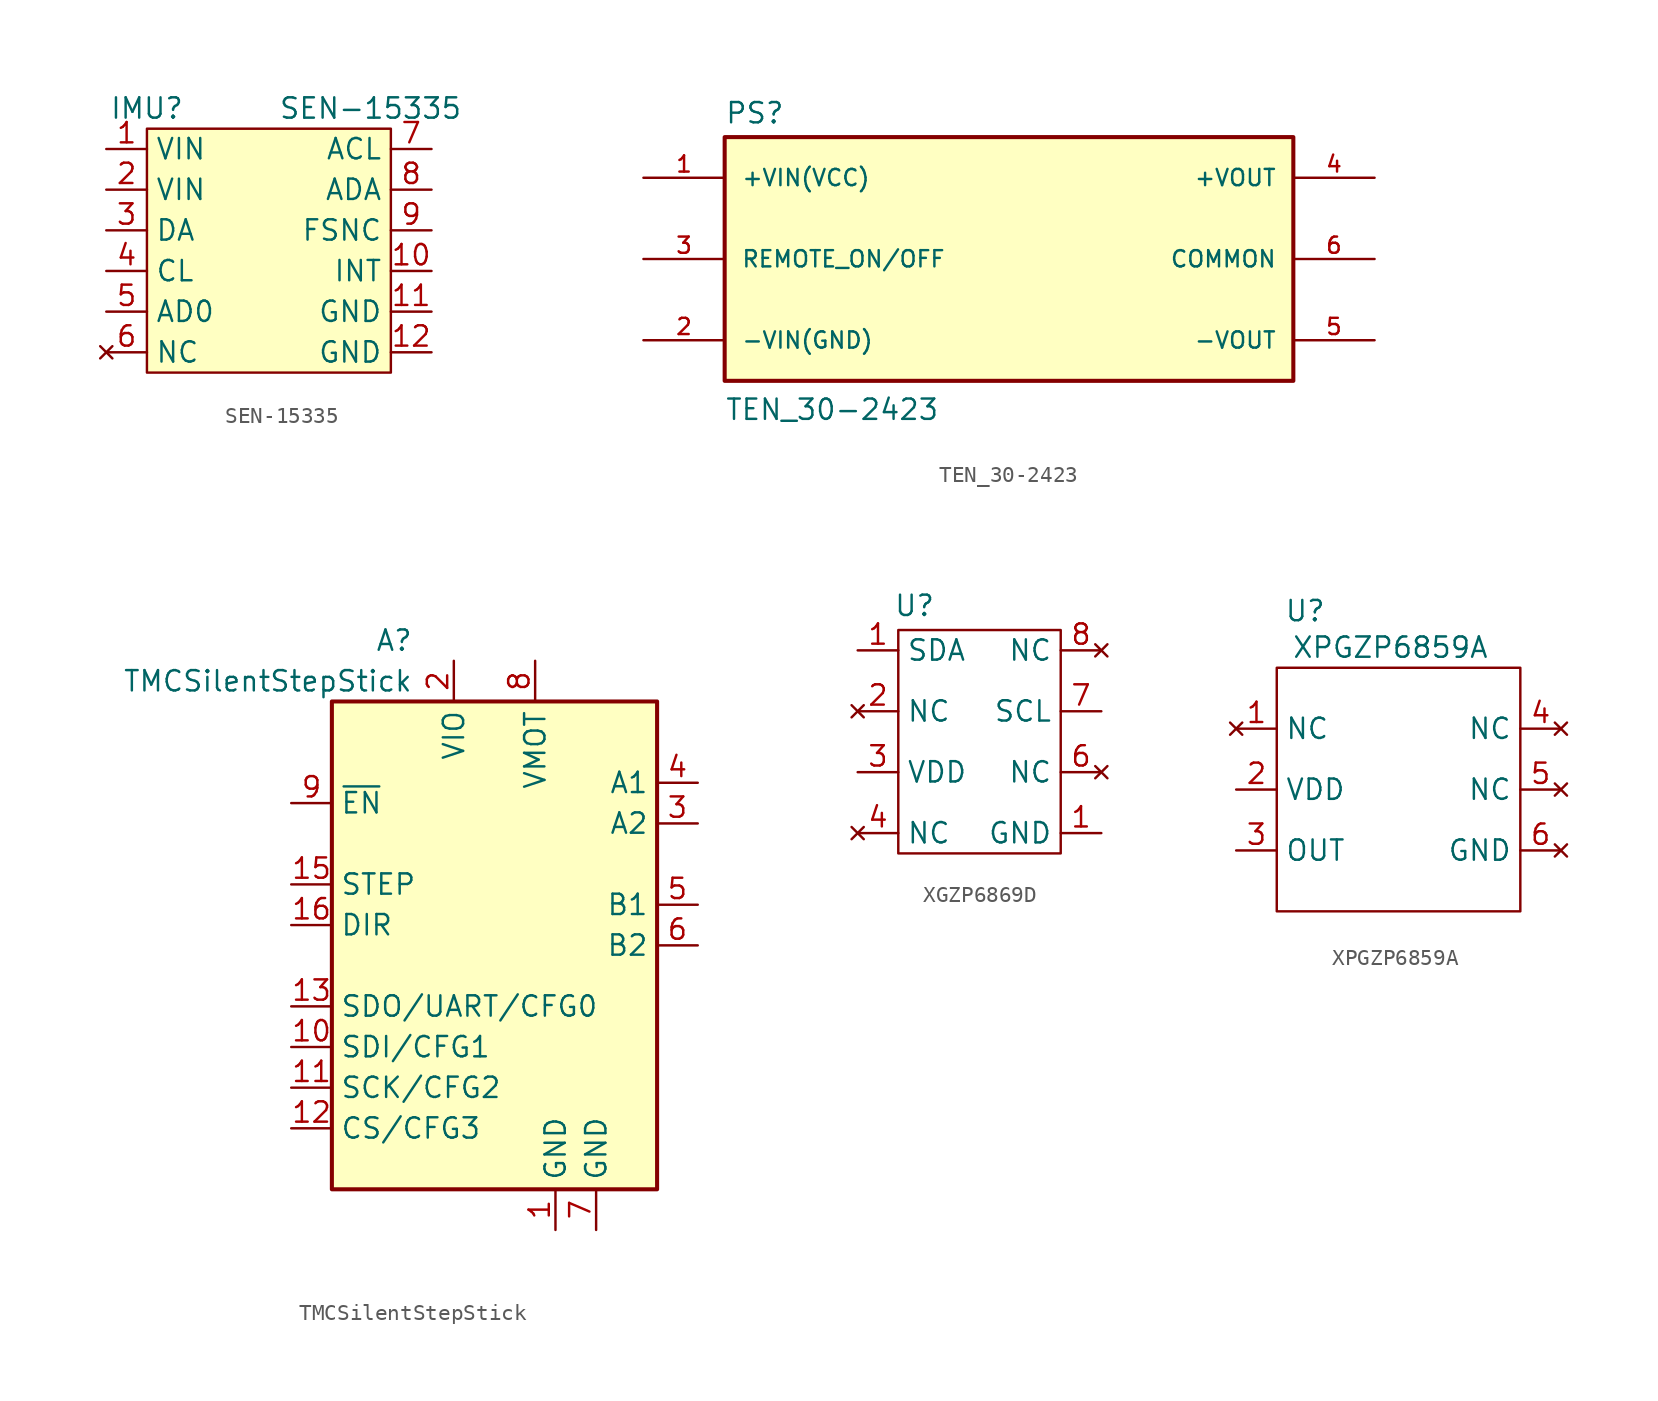
<source format=kicad_sym>
(kicad_symbol_lib
  (version 20231120)
  (generator "kicad_symbol_editor")
  (generator_version "8.0")
  (symbol "SEN-15335"
    (property "Reference" "IMU"
      (at -7.62 8.89 0)
      (effects (font (size 1.27 1.27))))
    (property "Value" "SEN-15335"
      (at 6.35 8.89 0)
      (effects (font (size 1.27 1.27))))
    (symbol "SEN-15335_1_0"
      (pin power_in line (at -10.16 6.35 0) (length 2.54) (name "VIN" (effects (font (size 1.27 1.27)))) (number "1" (effects (font (size 1.27 1.27)))))
      (pin input line (at 10.16 -1.27 180) (length 2.54) (name "INT" (effects (font (size 1.27 1.27)))) (number "10" (effects (font (size 1.27 1.27)))))
      (pin power_in line (at -10.16 3.81 0) (length 2.54) (name "VIN" (effects (font (size 1.27 1.27)))) (number "2" (effects (font (size 1.27 1.27)))))
      (pin input line (at -10.16 1.27 0) (length 2.54) (name "DA" (effects (font (size 1.27 1.27)))) (number "3" (effects (font (size 1.27 1.27)))))
      (pin input line (at -10.16 -1.27 0) (length 2.54) (name "CL" (effects (font (size 1.27 1.27)))) (number "4" (effects (font (size 1.27 1.27)))))
      (pin input line (at -10.16 -3.81 0) (length 2.54) (name "AD0" (effects (font (size 1.27 1.27)))) (number "5" (effects (font (size 1.27 1.27)))))
      (pin input line (at 10.16 6.35 180) (length 2.54) (name "ACL" (effects (font (size 1.27 1.27)))) (number "7" (effects (font (size 1.27 1.27)))))
      (pin input line (at 10.16 3.81 180) (length 2.54) (name "ADA" (effects (font (size 1.27 1.27)))) (number "8" (effects (font (size 1.27 1.27)))))
      (pin input line (at 10.16 1.27 180) (length 2.54) (name "FSNC" (effects (font (size 1.27 1.27)))) (number "9" (effects (font (size 1.27 1.27))))))
    (symbol "SEN-15335_1_1"
      (rectangle (start -7.62 7.62) (end 7.62 -7.62) (stroke (width 0) (type default)) (fill (type background)))
      (pin power_in line (at 10.16 -3.81 180) (length 2.54) (name "GND" (effects (font (size 1.27 1.27)))) (number "11" (effects (font (size 1.27 1.27)))))
      (pin power_in line (at 10.16 -6.35 180) (length 2.54) (name "GND" (effects (font (size 1.27 1.27)))) (number "12" (effects (font (size 1.27 1.27)))))
      (pin no_connect line (at -10.16 -6.35 0) (length 2.54) (name "NC" (effects (font (size 1.27 1.27)))) (number "6" (effects (font (size 1.27 1.27)))))))
  (symbol "TEN_30-2423"
    (pin_names
      (offset 1.016))
    (property "Reference" "PS"
      (at -17.78 8.382 0)
      (effects (font (size 1.27 1.27)) (justify left bottom)))
    (property "Value" "TEN_30-2423"
      (at -17.78 -10.16 0)
      (effects (font (size 1.27 1.27)) (justify left bottom)))
    (symbol "TEN_30-2423_0_0"
      (rectangle (start -17.78 7.62) (end 17.78 -7.62) (stroke (width 0.254) (type default)) (fill (type background)))
      (pin input line (at -22.86 5.08 0) (length 5.08) (name "+VIN(VCC)" (effects (font (size 1.016 1.016)))) (number "1" (effects (font (size 1.016 1.016)))))
      (pin input line (at -22.86 -5.08 0) (length 5.08) (name "-VIN(GND)" (effects (font (size 1.016 1.016)))) (number "2" (effects (font (size 1.016 1.016)))))
      (pin input line (at -22.86 0 0) (length 5.08) (name "REMOTE_ON/OFF" (effects (font (size 1.016 1.016)))) (number "3" (effects (font (size 1.016 1.016)))))
      (pin output line (at 22.86 5.08 180) (length 5.08) (name "+VOUT" (effects (font (size 1.016 1.016)))) (number "4" (effects (font (size 1.016 1.016))))))
    (symbol "TEN_30-2423_1_0"
      (pin output line (at 22.86 -5.08 180) (length 5.08) (name "-VOUT" (effects (font (size 1.016 1.016)))) (number "5" (effects (font (size 1.016 1.016)))))
      (pin output line (at 22.86 0 180) (length 5.08) (name "COMMON" (effects (font (size 1.016 1.016)))) (number "6" (effects (font (size 1.016 1.016)))))))
  (symbol "TMCSilentStepStick"
    (property "Reference" "A"
      (at -2.54 16.51 0)
      (effects (font (size 1.27 1.27)) (justify right)))
    (property "Value" "TMCSilentStepStick"
      (at -2.54 13.97 0)
      (effects (font (size 1.27 1.27)) (justify right)))
    (symbol "TMCSilentStepStick_0_0"
      (text "" (at -6.35 -12.7 0) (effects (font (size 1.27 1.27)))))
    (symbol "TMCSilentStepStick_0_1"
      (rectangle (start -7.62 12.7) (end 12.7 -17.78) (stroke (width 0.254) (type default)) (fill (type background))))
    (symbol "TMCSilentStepStick_1_1"
      (pin power_in line (at 6.35 -20.32 90) (length 2.54) (name "GND" (effects (font (size 1.27 1.27)))) (number "1" (effects (font (size 1.27 1.27)))))
      (pin input line (at -10.16 -8.89 0) (length 2.54) (name "SDI/CFG1" (effects (font (size 1.27 1.27)))) (number "10" (effects (font (size 1.27 1.27)))))
      (pin input line (at -10.16 -11.43 0) (length 2.54) (name "SCK/CFG2" (effects (font (size 1.27 1.27)))) (number "11" (effects (font (size 1.27 1.27)))))
      (pin input line (at -10.16 -13.97 0) (length 2.54) (name "CS/CFG3" (effects (font (size 1.27 1.27)))) (number "12" (effects (font (size 1.27 1.27)))))
      (pin input line (at -10.16 -6.35 0) (length 2.54) (name "SDO/UART/CFG0" (effects (font (size 1.27 1.27)))) (number "13" (effects (font (size 1.27 1.27)))))
      (pin input line (at -10.16 1.27 0) (length 2.54) (name "STEP" (effects (font (size 1.27 1.27)))) (number "15" (effects (font (size 1.27 1.27)))))
      (pin input line (at -10.16 -1.27 0) (length 2.54) (name "DIR" (effects (font (size 1.27 1.27)))) (number "16" (effects (font (size 1.27 1.27)))))
      (pin power_in line (at 0 15.24 270) (length 2.54) (name "VIO" (effects (font (size 1.27 1.27)))) (number "2" (effects (font (size 1.27 1.27)))))
      (pin output line (at 15.24 5.08 180) (length 2.54) (name "A2" (effects (font (size 1.27 1.27)))) (number "3" (effects (font (size 1.27 1.27)))))
      (pin output line (at 15.24 7.62 180) (length 2.54) (name "A1" (effects (font (size 1.27 1.27)))) (number "4" (effects (font (size 1.27 1.27)))))
      (pin output line (at 15.24 0 180) (length 2.54) (name "B1" (effects (font (size 1.27 1.27)))) (number "5" (effects (font (size 1.27 1.27)))))
      (pin output line (at 15.24 -2.54 180) (length 2.54) (name "B2" (effects (font (size 1.27 1.27)))) (number "6" (effects (font (size 1.27 1.27)))))
      (pin power_in line (at 8.89 -20.32 90) (length 2.54) (name "GND" (effects (font (size 1.27 1.27)))) (number "7" (effects (font (size 1.27 1.27)))))
      (pin power_in line (at 5.08 15.24 270) (length 2.54) (name "VMOT" (effects (font (size 1.27 1.27)))) (number "8" (effects (font (size 1.27 1.27)))))
      (pin input line (at -10.16 6.35 0) (length 2.54) (name "~{EN}" (effects (font (size 1.27 1.27)))) (number "9" (effects (font (size 1.27 1.27)))))))
  (symbol "XGZP6869D"
    (property "Reference" "U"
      (at -4.064 9.144 0)
      (effects (font (size 1.27 1.27))))
    (property "Value" ""
      (at 0 0 0)
      (effects (font (size 1.27 1.27))))
    (symbol "XGZP6869D_0_1"
      (rectangle (start -5.08 7.62) (end 5.08 -6.35) (stroke (width 0) (type default)) (fill (type none))))
    (symbol "XGZP6869D_1_1"
      (pin input line (at 7.62 -5.08 180) (length 2.54) (name "GND" (effects (font (size 1.27 1.27)))) (number "1" (effects (font (size 1.27 1.27)))))
      (pin input line (at -7.62 6.35 0) (length 2.54) (name "SDA" (effects (font (size 1.27 1.27)))) (number "1" (effects (font (size 1.27 1.27)))))
      (pin no_connect line (at -7.62 2.54 0) (length 2.54) (name "NC" (effects (font (size 1.27 1.27)))) (number "2" (effects (font (size 1.27 1.27)))))
      (pin input line (at -7.62 -1.27 0) (length 2.54) (name "VDD" (effects (font (size 1.27 1.27)))) (number "3" (effects (font (size 1.27 1.27)))))
      (pin no_connect line (at -7.62 -5.08 0) (length 2.54) (name "NC" (effects (font (size 1.27 1.27)))) (number "4" (effects (font (size 1.27 1.27)))))
      (pin no_connect line (at 7.62 -1.27 180) (length 2.54) (name "NC" (effects (font (size 1.27 1.27)))) (number "6" (effects (font (size 1.27 1.27)))))
      (pin input line (at 7.62 2.54 180) (length 2.54) (name "SCL" (effects (font (size 1.27 1.27)))) (number "7" (effects (font (size 1.27 1.27)))))
      (pin no_connect line (at 7.62 6.35 180) (length 2.54) (name "NC" (effects (font (size 1.27 1.27)))) (number "8" (effects (font (size 1.27 1.27)))))))
  (symbol "XPGZP6859A"
    (property "Reference" "U"
      (at -5.842 11.176 0)
      (effects (font (size 1.27 1.27))))
    (property "Value" "XPGZP6859A"
      (at -0.508 8.89 0)
      (effects (font (size 1.27 1.27))))
    (symbol "XPGZP6859A_0_1"
      (rectangle (start -7.62 7.62) (end 7.62 -7.62) (stroke (width 0) (type default)) (fill (type none))))
    (symbol "XPGZP6859A_1_1"
      (pin no_connect line (at -10.16 3.81 0) (length 2.54) (name "NC" (effects (font (size 1.27 1.27)))) (number "1" (effects (font (size 1.27 1.27)))))
      (pin input line (at -10.16 0 0) (length 2.54) (name "VDD" (effects (font (size 1.27 1.27)))) (number "2" (effects (font (size 1.27 1.27)))))
      (pin output line (at -10.16 -3.81 0) (length 2.54) (name "OUT" (effects (font (size 1.27 1.27)))) (number "3" (effects (font (size 1.27 1.27)))))
      (pin no_connect line (at 10.16 3.81 180) (length 2.54) (name "NC" (effects (font (size 1.27 1.27)))) (number "4" (effects (font (size 1.27 1.27)))))
      (pin no_connect line (at 10.16 0 180) (length 2.54) (name "NC" (effects (font (size 1.27 1.27)))) (number "5" (effects (font (size 1.27 1.27)))))
      (pin no_connect line (at 10.16 -3.81 180) (length 2.54) (name "GND" (effects (font (size 1.27 1.27)))) (number "6" (effects (font (size 1.27 1.27))))))))
</source>
